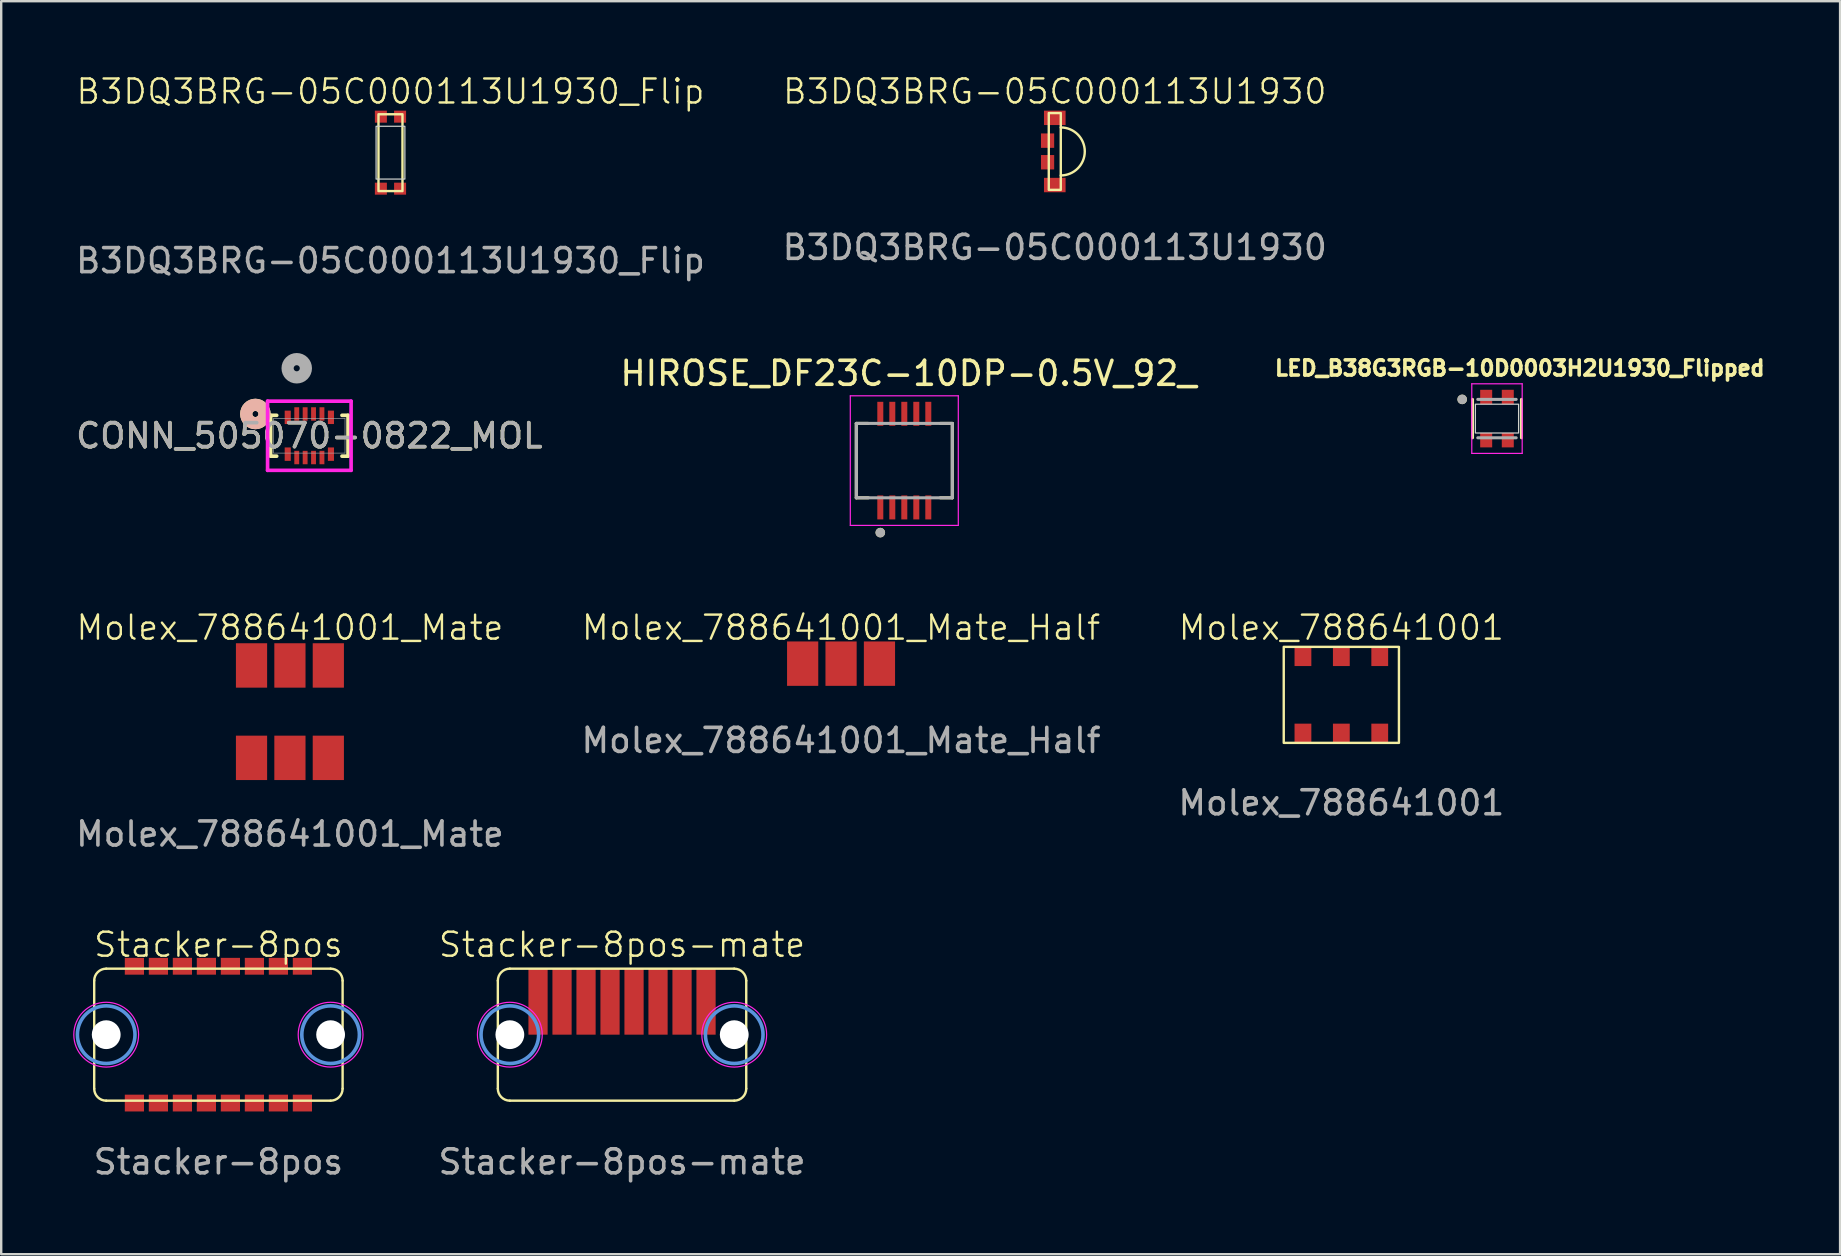
<source format=kicad_pcb>
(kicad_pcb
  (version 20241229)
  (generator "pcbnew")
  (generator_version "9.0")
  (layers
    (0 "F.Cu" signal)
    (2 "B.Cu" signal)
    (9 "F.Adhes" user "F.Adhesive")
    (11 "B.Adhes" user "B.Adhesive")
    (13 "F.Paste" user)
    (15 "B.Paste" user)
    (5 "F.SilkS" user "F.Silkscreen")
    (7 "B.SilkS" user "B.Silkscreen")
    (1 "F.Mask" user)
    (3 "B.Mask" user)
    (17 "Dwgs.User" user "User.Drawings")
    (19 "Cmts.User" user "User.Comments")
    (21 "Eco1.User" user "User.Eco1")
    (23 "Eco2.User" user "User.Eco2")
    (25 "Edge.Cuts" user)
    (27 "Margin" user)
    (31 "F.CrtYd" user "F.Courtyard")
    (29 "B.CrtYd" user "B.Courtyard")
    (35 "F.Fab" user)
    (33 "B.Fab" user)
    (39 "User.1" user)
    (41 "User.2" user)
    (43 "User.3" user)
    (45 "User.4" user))
  (footprint "Molex_788641001"
    (layer "F.Cu")
    (at 52.839 25.902)
    (property "Reference" "Molex_788641001" (at 0 -2.8 0) (unlocked yes) (layer "F.SilkS") (effects (font (size 1 1) (thickness 0.1))))
    (attr smd)
    (fp_rect (start -2.4 -2) (end 2.4 2) (stroke (width 0.1) (type default)) (fill no) (layer "F.SilkS"))
    (fp_text user "${REFERENCE}" (at 0 4.5 0) (unlocked yes) (layer "F.Fab") (effects (font (size 1 1) (thickness 0.15))))
    (pad "1" smd rect (at -1.6 -1.6) (size 0.7 0.8) (layers "F.Cu" "F.Mask" "F.Paste"))
    (pad "2" smd rect (at 0 -1.6) (size 0.7 0.8) (layers "F.Cu" "F.Mask" "F.Paste"))
    (pad "3" smd rect (at 1.6 -1.6) (size 0.7 0.8) (layers "F.Cu" "F.Mask" "F.Paste"))
    (pad "4" smd rect (at -1.6 1.6) (size 0.7 0.8) (layers "F.Cu" "F.Mask" "F.Paste"))
    (pad "5" smd rect (at 0 1.6) (size 0.7 0.8) (layers "F.Cu" "F.Mask" "F.Paste"))
    (pad "6" smd rect (at 1.6 1.6) (size 0.7 0.8) (layers "F.Cu" "F.Mask" "F.Paste")))
  (footprint "LED_B38G3RGB-10D0003H2U1930_Flipped"
    (layer "F.Cu")
    (at 59.324 14.391)
    (property "Reference" "LED_B38G3RGB-10D0003H2U1930_Flipped" (at 0.95 -2.1 0) (layer "F.SilkS") (effects (font (size 0.63 0.63) (thickness 0.15))))
    (attr smd)
    (fp_line (start -1.02 0.8) (end -1.02 -0.8) (stroke (width 0.127) (type solid)) (layer "F.SilkS"))
    (fp_line (start 1.02 0.8) (end 1.02 -0.8) (stroke (width 0.127) (type solid)) (layer "F.SilkS"))
    (fp_circle (center -1.45 -0.8) (end -1.35 -0.8) (stroke (width 0.2) (type solid)) (fill no) (layer "F.SilkS"))
    (fp_rect (start -0.9 -0.6) (end 0.9 0.6) (stroke (width 0.05) (type default)) (fill no) (layer "Edge.Cuts"))
    (fp_line (start -1.05 -1.45) (end -1.05 1.45) (stroke (width 0.05) (type solid)) (layer "F.CrtYd"))
    (fp_line (start -1.05 1.45) (end 1.05 1.45) (stroke (width 0.05) (type solid)) (layer "F.CrtYd"))
    (fp_line (start 1.05 -1.45) (end -1.05 -1.45) (stroke (width 0.05) (type solid)) (layer "F.CrtYd"))
    (fp_line (start 1.05 1.45) (end 1.05 -1.45) (stroke (width 0.05) (type solid)) (layer "F.CrtYd"))
    (fp_line (start -0.8 -0.8) (end 0.8 -0.8) (stroke (width 0.127) (type solid)) (layer "F.Fab"))
    (fp_line (start 0.8 0.8) (end -0.8 0.8) (stroke (width 0.127) (type solid)) (layer "F.Fab"))
    (fp_circle (center -1.45 -0.8) (end -1.35 -0.8) (stroke (width 0.2) (type solid)) (fill no) (layer "F.Fab"))
    (pad "1" smd rect (at -0.45 0.9) (size 0.5 0.6) (layers "F.Cu" "F.Mask" "F.Paste"))
    (pad "2" smd rect (at 0.45 0.9) (size 0.5 0.6) (layers "F.Cu" "F.Mask" "F.Paste"))
    (pad "3" smd rect (at 0.45 -0.9) (size 0.5 0.6) (layers "F.Cu" "F.Mask" "F.Paste"))
    (pad "4" smd rect (at -0.45 -0.9) (size 0.5 0.6) (layers "F.Cu" "F.Mask" "F.Paste")))
  (footprint "Molex_788641001_Mate"
    (layer "F.Cu")
    (at 9.03 26.602)
    (property "Reference" "Molex_788641001_Mate" (at 0 -3.5 0) (unlocked yes) (layer "F.SilkS") (effects (font (size 1 1) (thickness 0.1))))
    (attr smd)
    (fp_text user "${REFERENCE}" (at 0 5.1 0) (unlocked yes) (layer "F.Fab") (effects (font (size 1 1) (thickness 0.15))))
    (pad "1" smd rect (at -1.6 -1.925) (size 1.3 1.85) (layers "F.Cu" "F.Mask" "F.Paste"))
    (pad "2" smd rect (at 0 -1.925) (size 1.3 1.85) (layers "F.Cu" "F.Mask" "F.Paste"))
    (pad "3" smd rect (at 1.6 -1.925) (size 1.3 1.85) (layers "F.Cu" "F.Mask" "F.Paste"))
    (pad "4" smd rect (at -1.6 1.925) (size 1.3 1.85) (layers "F.Cu" "F.Mask" "F.Paste"))
    (pad "5" smd rect (at 0 1.925) (size 1.3 1.85) (layers "F.Cu" "F.Mask" "F.Paste"))
    (pad "6" smd rect (at 1.6 1.925) (size 1.3 1.85) (layers "F.Cu" "F.Mask" "F.Paste")))
  (footprint "B3DQ3BRG-05C000113U1930"
    (layer "F.Cu")
    (at 40.899 3.26)
    (property "Reference" "B3DQ3BRG-05C000113U1930" (at 0 -2.5 0) (unlocked yes) (layer "F.SilkS") (effects (font (size 1 1) (thickness 0.1))))
    (fp_rect (start -0.25 -1.6) (end 0.25 1.6) (stroke (width 0.1) (type default)) (fill no) (layer "F.SilkS"))
    (fp_arc (start 0.25 -1) (mid 1.25 0) (end 0.25 1) (stroke (width 0.1) (type default)) (layer "F.SilkS"))
    (fp_text user "${REFERENCE}" (at 0 4 0) (unlocked yes) (layer "F.Fab") (effects (font (size 1 1) (thickness 0.15))))
    (pad "1" smd rect (at -0.3 0.45) (size 0.55 0.6) (layers "F.Cu" "F.Mask" "F.Paste"))
    (pad "2" smd rect (at -0.3 -0.45) (size 0.55 0.6) (layers "F.Cu" "F.Mask" "F.Paste"))
    (pad "3" smd rect (at 0 -1.4) (size 0.9 0.6) (layers "F.Cu" "F.Mask" "F.Paste"))
    (pad "4" smd rect (at 0 1.4) (size 0.9 0.6) (layers "F.Cu" "F.Mask" "F.Paste")))
  (footprint "Stacker-8pos"
    (layer "F.Cu")
    (at 6.05 40.061)
    (property "Reference" "Stacker-8pos" (at 0 -3.75 0) (unlocked yes) (layer "F.SilkS") (effects (font (size 1 1) (thickness 0.1))))
    (attr smd)
    (fp_line (start -5.175 2.25) (end -5.175 -2.25) (stroke (width 0.1) (type default)) (layer "F.SilkS"))
    (fp_line (start -4.675 -2.75) (end 4.675 -2.75) (stroke (width 0.1) (type default)) (layer "F.SilkS"))
    (fp_line (start 4.675 2.75) (end -4.675 2.75) (stroke (width 0.1) (type default)) (layer "F.SilkS"))
    (fp_line (start 5.175 -2.25) (end 5.175 2.25) (stroke (width 0.1) (type default)) (layer "F.SilkS"))
    (fp_arc (start -5.175 -2.25) (mid -5.028553 -2.603553) (end -4.675 -2.75) (stroke (width 0.1) (type default)) (layer "F.SilkS"))
    (fp_arc (start -4.675 2.75) (mid -5.028553 2.603553) (end -5.175 2.25) (stroke (width 0.1) (type default)) (layer "F.SilkS"))
    (fp_arc (start 4.675 -2.75) (mid 5.028553 -2.603553) (end 5.175 -2.25) (stroke (width 0.1) (type default)) (layer "F.SilkS"))
    (fp_arc (start 5.175 2.25) (mid 5.028553 2.603553) (end 4.675 2.75) (stroke (width 0.1) (type default)) (layer "F.SilkS"))
    (fp_circle (center -4.675 0) (end -3.475 0) (stroke (width 0.15) (type solid)) (fill no) (layer "Cmts.User"))
    (fp_circle (center 4.675 0) (end 5.875 0) (stroke (width 0.15) (type solid)) (fill no) (layer "Cmts.User"))
    (fp_circle (center -4.675 0) (end -3.325 0) (stroke (width 0.05) (type solid)) (fill no) (layer "F.CrtYd"))
    (fp_circle (center 4.675 0) (end 6.025 0) (stroke (width 0.05) (type solid)) (fill no) (layer "F.CrtYd"))
    (fp_text user "${REFERENCE}" (at 0 5.3 0) (unlocked yes) (layer "F.Fab") (effects (font (size 1 1) (thickness 0.15))))
    (pad "" np_thru_hole circle (at -4.675 0) (size 1.2 1.2) (drill 1.2) (layers "*.Cu" "*.Mask"))
    (pad "" smd rect (at -3.5 2.85) (size 0.8 0.7) (layers "F.Cu" "F.Mask" "F.Paste"))
    (pad "" smd rect (at -2.5 2.85) (size 0.8 0.7) (layers "F.Cu" "F.Mask" "F.Paste"))
    (pad "" smd rect (at -1.5 2.85) (size 0.8 0.7) (layers "F.Cu" "F.Mask" "F.Paste"))
    (pad "" smd rect (at -0.5 2.85) (size 0.8 0.7) (layers "F.Cu" "F.Mask" "F.Paste"))
    (pad "" smd rect (at 0.5 2.85) (size 0.8 0.7) (layers "F.Cu" "F.Mask" "F.Paste"))
    (pad "" smd rect (at 1.5 2.85) (size 0.8 0.7) (layers "F.Cu" "F.Mask" "F.Paste"))
    (pad "" smd rect (at 2.5 2.85) (size 0.8 0.7) (layers "F.Cu" "F.Mask" "F.Paste"))
    (pad "" smd rect (at 3.5 2.85) (size 0.8 0.7) (layers "F.Cu" "F.Mask" "F.Paste"))
    (pad "" np_thru_hole circle (at 4.675 0) (size 1.2 1.2) (drill 1.2) (layers "*.Cu" "*.Mask"))
    (pad "1" smd rect (at -3.5 -2.85) (size 0.8 0.7) (layers "F.Cu" "F.Mask" "F.Paste"))
    (pad "2" smd rect (at -2.5 -2.85) (size 0.8 0.7) (layers "F.Cu" "F.Mask" "F.Paste"))
    (pad "3" smd rect (at -1.5 -2.85) (size 0.8 0.7) (layers "F.Cu" "F.Mask" "F.Paste"))
    (pad "4" smd rect (at -0.5 -2.85) (size 0.8 0.7) (layers "F.Cu" "F.Mask" "F.Paste"))
    (pad "5" smd rect (at 0.5 -2.85) (size 0.8 0.7) (layers "F.Cu" "F.Mask" "F.Paste"))
    (pad "6" smd rect (at 1.5 -2.85) (size 0.8 0.7) (layers "F.Cu" "F.Mask" "F.Paste"))
    (pad "7" smd rect (at 2.5 -2.85) (size 0.8 0.7) (layers "F.Cu" "F.Mask" "F.Paste"))
    (pad "8" smd rect (at 3.5 -2.85) (size 0.8 0.7) (layers "F.Cu" "F.Mask" "F.Paste")))
  (footprint "HIROSE_DF23C-10DP-0.5V_92_"
    (layer "F.Cu")
    (at 34.629 16.142)
    (property "Reference" "HIROSE_DF23C-10DP-0.5V_92_" (at 0.175 -3.635 0) (layer "F.SilkS") (effects (font (size 1 1) (thickness 0.15))))
    (attr smd)
    (fp_line (start -2 -1.55) (end -1.5 -1.55) (stroke (width 0.127) (type solid)) (layer "F.SilkS"))
    (fp_line (start -2 1.55) (end -2 -1.55) (stroke (width 0.127) (type solid)) (layer "F.SilkS"))
    (fp_line (start -1.5 1.55) (end -2 1.55) (stroke (width 0.127) (type solid)) (layer "F.SilkS"))
    (fp_line (start 1.5 -1.55) (end 2 -1.55) (stroke (width 0.127) (type solid)) (layer "F.SilkS"))
    (fp_line (start 2 -1.55) (end 2 1.55) (stroke (width 0.127) (type solid)) (layer "F.SilkS"))
    (fp_line (start 2 1.55) (end 1.5 1.55) (stroke (width 0.127) (type solid)) (layer "F.SilkS"))
    (fp_circle (center -1 3) (end -0.9 3) (stroke (width 0.2) (type solid)) (fill no) (layer "F.SilkS"))
    (fp_line (start -2.25 -2.7) (end 2.25 -2.7) (stroke (width 0.05) (type solid)) (layer "F.CrtYd"))
    (fp_line (start -2.25 2.7) (end -2.25 -2.7) (stroke (width 0.05) (type solid)) (layer "F.CrtYd"))
    (fp_line (start 2.25 -2.7) (end 2.25 2.7) (stroke (width 0.05) (type solid)) (layer "F.CrtYd"))
    (fp_line (start 2.25 2.7) (end -2.25 2.7) (stroke (width 0.05) (type solid)) (layer "F.CrtYd"))
    (fp_line (start -2 -1.55) (end 2 -1.55) (stroke (width 0.127) (type solid)) (layer "F.Fab"))
    (fp_line (start -2 1.55) (end -2 -1.55) (stroke (width 0.127) (type solid)) (layer "F.Fab"))
    (fp_line (start 2 -1.55) (end 2 1.55) (stroke (width 0.127) (type solid)) (layer "F.Fab"))
    (fp_line (start 2 1.55) (end -2 1.55) (stroke (width 0.127) (type solid)) (layer "F.Fab"))
    (fp_circle (center -1 3) (end -0.9 3) (stroke (width 0.2) (type solid)) (fill no) (layer "F.Fab"))
    (pad "1" smd rect (at -1 1.95) (size 0.25 1) (layers "F.Cu" "F.Mask" "F.Paste"))
    (pad "2" smd rect (at -1 -1.95) (size 0.25 1) (layers "F.Cu" "F.Mask" "F.Paste"))
    (pad "3" smd rect (at -0.5 1.95) (size 0.25 1) (layers "F.Cu" "F.Mask" "F.Paste"))
    (pad "4" smd rect (at -0.5 -1.95) (size 0.25 1) (layers "F.Cu" "F.Mask" "F.Paste"))
    (pad "5" smd rect (at 0 1.95) (size 0.25 1) (layers "F.Cu" "F.Mask" "F.Paste"))
    (pad "6" smd rect (at 0 -1.95) (size 0.25 1) (layers "F.Cu" "F.Mask" "F.Paste"))
    (pad "7" smd rect (at 0.5 1.95) (size 0.25 1) (layers "F.Cu" "F.Mask" "F.Paste"))
    (pad "8" smd rect (at 0.5 -1.95) (size 0.25 1) (layers "F.Cu" "F.Mask" "F.Paste"))
    (pad "9" smd rect (at 1 1.95) (size 0.25 1) (layers "F.Cu" "F.Mask" "F.Paste"))
    (pad "10" smd rect (at 1 -1.95) (size 0.25 1) (layers "F.Cu" "F.Mask" "F.Paste"))
    (zone (net_name "") (layer "F.Cu") (hatch full 0.508) (connect_pads) (min_thickness 0.01) (filled_areas_thickness no) (keepout (tracks not_allowed) (vias not_allowed) (pads not_allowed) (copperpour not_allowed) (footprints allowed)) (placement (enabled no)) (fill) (polygon (pts (xy 33.504 14.692) (xy 35.754 14.692) (xy 35.754 15.292) (xy 33.504 15.292))))
    (zone (net_name "") (layer "F.Cu") (hatch full 0.508) (connect_pads) (min_thickness 0.01) (filled_areas_thickness no) (keepout (tracks not_allowed) (vias not_allowed) (pads not_allowed) (copperpour not_allowed) (footprints allowed)) (placement (enabled no)) (fill) (polygon (pts (xy 33.504 16.992) (xy 35.754 16.992) (xy 35.754 17.592) (xy 33.504 17.592))))
    (zone (net_name "") (layers "F.Cu" "B.Cu") (hatch full 0.508) (connect_pads) (min_thickness 0.01) (filled_areas_thickness no) (keepout (tracks allowed) (vias not_allowed) (pads allowed) (copperpour allowed) (footprints allowed)) (placement (enabled no)) (fill) (polygon (pts (xy 33.504 14.692) (xy 35.754 14.692) (xy 35.754 15.292) (xy 33.504 15.292))))
    (zone (net_name "") (layers "F.Cu" "B.Cu") (hatch full 0.508) (connect_pads) (min_thickness 0.01) (filled_areas_thickness no) (keepout (tracks allowed) (vias not_allowed) (pads allowed) (copperpour allowed) (footprints allowed)) (placement (enabled no)) (fill) (polygon (pts (xy 33.504 16.992) (xy 35.754 16.992) (xy 35.754 17.592) (xy 33.504 17.592)))))
  (footprint "Stacker-8pos-mate"
    (layer "F.Cu")
    (at 22.868 40.061)
    (property "Reference" "Stacker-8pos-mate" (at 0 -3.75 0) (unlocked yes) (layer "F.SilkS") (effects (font (size 1 1) (thickness 0.1))))
    (attr smd)
    (fp_line (start -5.175 2.25) (end -5.175 -2.25) (stroke (width 0.1) (type default)) (layer "F.SilkS"))
    (fp_line (start -4.675 -2.75) (end 4.675 -2.75) (stroke (width 0.1) (type default)) (layer "F.SilkS"))
    (fp_line (start 4.675 2.75) (end -4.675 2.75) (stroke (width 0.1) (type default)) (layer "F.SilkS"))
    (fp_line (start 5.175 -2.25) (end 5.175 2.25) (stroke (width 0.1) (type default)) (layer "F.SilkS"))
    (fp_arc (start -5.175 -2.25) (mid -5.028553 -2.603553) (end -4.675 -2.75) (stroke (width 0.1) (type default)) (layer "F.SilkS"))
    (fp_arc (start -4.675 2.75) (mid -5.028553 2.603553) (end -5.175 2.25) (stroke (width 0.1) (type default)) (layer "F.SilkS"))
    (fp_arc (start 4.675 -2.75) (mid 5.028553 -2.603553) (end 5.175 -2.25) (stroke (width 0.1) (type default)) (layer "F.SilkS"))
    (fp_arc (start 5.175 2.25) (mid 5.028553 2.603553) (end 4.675 2.75) (stroke (width 0.1) (type default)) (layer "F.SilkS"))
    (fp_circle (center -4.675 0) (end -3.475 0) (stroke (width 0.15) (type solid)) (fill no) (layer "Cmts.User"))
    (fp_circle (center 4.675 0) (end 5.875 0) (stroke (width 0.15) (type solid)) (fill no) (layer "Cmts.User"))
    (fp_circle (center -4.675 0) (end -3.325 0) (stroke (width 0.05) (type solid)) (fill no) (layer "F.CrtYd"))
    (fp_circle (center 4.675 0) (end 6.025 0) (stroke (width 0.05) (type solid)) (fill no) (layer "F.CrtYd"))
    (fp_text user "${REFERENCE}" (at 0 5.3 0) (unlocked yes) (layer "F.Fab") (effects (font (size 1 1) (thickness 0.15))))
    (pad "" np_thru_hole circle (at -4.675 0) (size 1.2 1.2) (drill 1.2) (layers "*.Cu" "*.Mask"))
    (pad "" np_thru_hole circle (at 4.675 0) (size 1.2 1.2) (drill 1.2) (layers "*.Cu" "*.Mask"))
    (pad "1" smd rect (at -3.5 -1.375) (size 0.8 2.75) (layers "F.Cu" "F.Mask" "F.Paste"))
    (pad "2" smd rect (at -2.5 -1.375) (size 0.8 2.75) (layers "F.Cu" "F.Mask" "F.Paste"))
    (pad "3" smd rect (at -1.5 -1.375) (size 0.8 2.75) (layers "F.Cu" "F.Mask" "F.Paste"))
    (pad "4" smd rect (at -0.5 -1.375) (size 0.8 2.75) (layers "F.Cu" "F.Mask" "F.Paste"))
    (pad "5" smd rect (at 0.5 -1.375) (size 0.8 2.75) (layers "F.Cu" "F.Mask" "F.Paste"))
    (pad "6" smd rect (at 1.5 -1.375) (size 0.8 2.75) (layers "F.Cu" "F.Mask" "F.Paste"))
    (pad "7" smd rect (at 2.5 -1.375) (size 0.8 2.75) (layers "F.Cu" "F.Mask" "F.Paste"))
    (pad "8" smd rect (at 3.5 -1.375) (size 0.8 2.75) (layers "F.Cu" "F.Mask" "F.Paste")))
  (footprint "Molex_788641001_Mate_Half"
    (layer "F.Cu")
    (at 31.994 24.602)
    (property "Reference" "Molex_788641001_Mate_Half" (at 0 -1.5 0) (unlocked yes) (layer "F.SilkS") (effects (font (size 1 1) (thickness 0.1))))
    (attr smd)
    (fp_text user "${REFERENCE}" (at 0 3.2 0) (unlocked yes) (layer "F.Fab") (effects (font (size 1 1) (thickness 0.15))))
    (pad "1" smd rect (at -1.6 0) (size 1.3 1.85) (layers "F.Cu" "F.Mask" "F.Paste"))
    (pad "2" smd rect (at 0 0) (size 1.3 1.85) (layers "F.Cu" "F.Mask" "F.Paste"))
    (pad "3" smd rect (at 1.6 0) (size 1.3 1.85) (layers "F.Cu" "F.Mask" "F.Paste")))
  (footprint "B3DQ3BRG-05C000113U1930_Flip"
    (layer "F.Cu")
    (at 13.22 3.311)
    (property "Reference" "B3DQ3BRG-05C000113U1930_Flip" (at 0 -2.55 0) (unlocked yes) (layer "F.SilkS") (effects (font (size 1 1) (thickness 0.1))))
    (fp_rect (start -0.5 -1.6) (end 0.5 1.6) (stroke (width 0.1) (type default)) (fill no) (layer "F.SilkS"))
    (fp_rect (start -0.6 -1.1) (end 0.6 1.1) (stroke (width 0.05) (type default)) (fill no) (layer "Edge.Cuts"))
    (fp_text user "${REFERENCE}" (at 0 4.5 0) (unlocked yes) (layer "F.Fab") (effects (font (size 1 1) (thickness 0.15))))
    (pad "1" smd rect (at 0.4 1.5) (size 0.5 0.5) (layers "F.Cu" "F.Mask" "F.Paste"))
    (pad "2" smd rect (at 0.4 -1.5) (size 0.5 0.5) (layers "F.Cu" "F.Mask" "F.Paste"))
    (pad "3" smd rect (at -0.4 -1.5) (size 0.5 0.5) (layers "F.Cu" "F.Mask" "F.Paste"))
    (pad "4" smd rect (at -0.4 1.5) (size 0.5 0.5) (layers "F.Cu" "F.Mask" "F.Paste")))
  (footprint "CONN_505070-0822_MOL"
    (layer "F.Cu")
    (at 9.839 15.106)
    (property "Reference" "CONN_505070-0822_MOL" (at 0 0 0) (unlocked yes) (layer "F.SilkS") (effects (font (size 1 1) (thickness 0.15))))
    (attr smd)
    (fp_line (start -1.613 -0.851) (end -1.613 0.851) (stroke (width 0.152) (type solid)) (layer "F.SilkS"))
    (fp_line (start -1.613 0.851) (end -1.36 0.851) (stroke (width 0.152) (type solid)) (layer "F.SilkS"))
    (fp_line (start -1.36 -0.851) (end -1.613 -0.851) (stroke (width 0.152) (type solid)) (layer "F.SilkS"))
    (fp_line (start 1.36 0.851) (end 1.613 0.851) (stroke (width 0.152) (type solid)) (layer "F.SilkS"))
    (fp_line (start 1.613 -0.851) (end 1.36 -0.851) (stroke (width 0.152) (type solid)) (layer "F.SilkS"))
    (fp_line (start 1.613 0.851) (end 1.613 -0.851) (stroke (width 0.152) (type solid)) (layer "F.SilkS"))
    (fp_circle (center -2.248 -0.907) (end -1.867 -0.907) (stroke (width 0.508) (type solid)) (fill no) (layer "F.SilkS"))
    (fp_circle (center -2.248 -0.907) (end -1.867 -0.907) (stroke (width 0.508) (type solid)) (fill no) (layer "B.SilkS"))
    (fp_line (start -1.74 -1.441) (end -1.74 1.441) (stroke (width 0.152) (type solid)) (layer "F.CrtYd"))
    (fp_line (start -1.74 1.441) (end 1.74 1.441) (stroke (width 0.152) (type solid)) (layer "F.CrtYd"))
    (fp_line (start 1.74 -1.441) (end -1.74 -1.441) (stroke (width 0.152) (type solid)) (layer "F.CrtYd"))
    (fp_line (start 1.74 1.441) (end 1.74 -1.441) (stroke (width 0.152) (type solid)) (layer "F.CrtYd"))
    (fp_line (start -1.486 -0.724) (end -1.486 0.724) (stroke (width 0.025) (type solid)) (layer "F.Fab"))
    (fp_line (start -1.486 0.724) (end 1.486 0.724) (stroke (width 0.025) (type solid)) (layer "F.Fab"))
    (fp_line (start 1.486 -0.724) (end -1.486 -0.724) (stroke (width 0.025) (type solid)) (layer "F.Fab"))
    (fp_line (start 1.486 0.724) (end 1.486 -0.724) (stroke (width 0.025) (type solid)) (layer "F.Fab"))
    (fp_circle (center -0.525 -2.812) (end -0.144 -2.812) (stroke (width 0.508) (type solid)) (fill no) (layer "F.Fab"))
    (fp_text user "${REFERENCE}" (at 0 0 0) (unlocked yes) (layer "F.Fab") (effects (font (size 1 1) (thickness 0.15))))
    (pad "1" smd rect (at -0.525 -0.908) (size 0.203 0.559) (layers "F.Cu" "F.Mask" "F.Paste"))
    (pad "2" smd rect (at -0.525 0.908) (size 0.203 0.559) (layers "F.Cu" "F.Mask" "F.Paste"))
    (pad "3" smd rect (at -0.175 -0.908) (size 0.203 0.559) (layers "F.Cu" "F.Mask" "F.Paste"))
    (pad "4" smd rect (at -0.175 0.908) (size 0.203 0.559) (layers "F.Cu" "F.Mask" "F.Paste"))
    (pad "5" smd rect (at 0.175 -0.908) (size 0.203 0.559) (layers "F.Cu" "F.Mask" "F.Paste"))
    (pad "6" smd rect (at 0.175 0.908) (size 0.203 0.559) (layers "F.Cu" "F.Mask" "F.Paste"))
    (pad "7" smd rect (at 0.525 -0.908) (size 0.203 0.559) (layers "F.Cu" "F.Mask" "F.Paste"))
    (pad "8" smd rect (at 0.525 0.908) (size 0.203 0.559) (layers "F.Cu" "F.Mask" "F.Paste"))
    (pad "9" smd rect (at -0.9 -0.767) (size 0.254 0.559) (layers "F.Cu" "F.Mask" "F.Paste"))
    (pad "10" smd rect (at 0.9 -0.767) (size 0.254 0.559) (layers "F.Cu" "F.Mask" "F.Paste"))
    (pad "11" smd rect (at -0.9 0.767) (size 0.254 0.559) (layers "F.Cu" "F.Mask" "F.Paste"))
    (pad "12" smd rect (at 0.9 0.767) (size 0.254 0.559) (layers "F.Cu" "F.Mask" "F.Paste")))
  (gr_rect
    (start -3 -3)
    (end 73.62 49.209)
    (stroke (width 0.1) (type default))
    (fill no)
    (layer "Edge.Cuts")))
</source>
